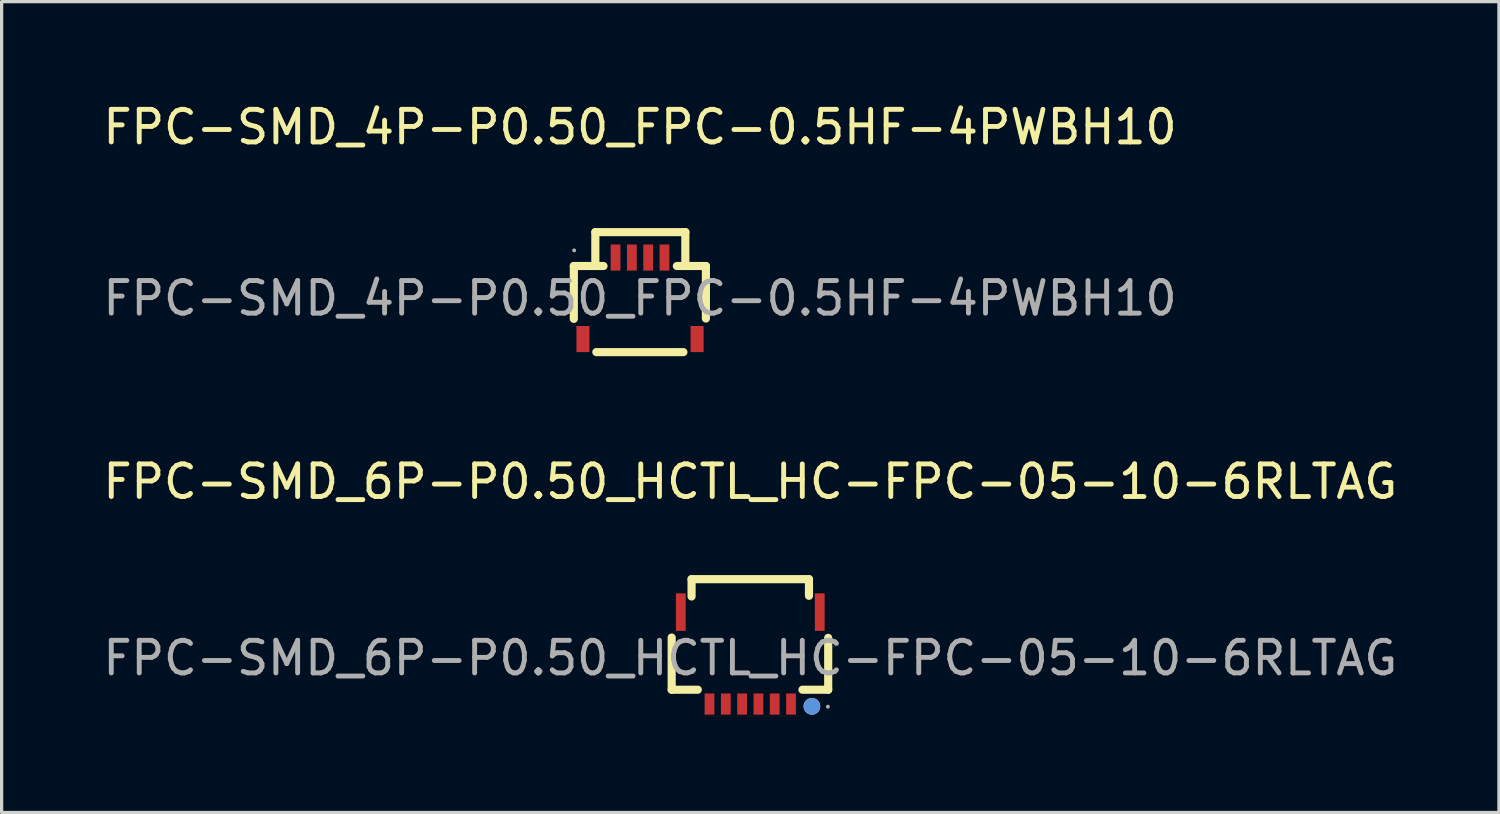
<source format=kicad_pcb>
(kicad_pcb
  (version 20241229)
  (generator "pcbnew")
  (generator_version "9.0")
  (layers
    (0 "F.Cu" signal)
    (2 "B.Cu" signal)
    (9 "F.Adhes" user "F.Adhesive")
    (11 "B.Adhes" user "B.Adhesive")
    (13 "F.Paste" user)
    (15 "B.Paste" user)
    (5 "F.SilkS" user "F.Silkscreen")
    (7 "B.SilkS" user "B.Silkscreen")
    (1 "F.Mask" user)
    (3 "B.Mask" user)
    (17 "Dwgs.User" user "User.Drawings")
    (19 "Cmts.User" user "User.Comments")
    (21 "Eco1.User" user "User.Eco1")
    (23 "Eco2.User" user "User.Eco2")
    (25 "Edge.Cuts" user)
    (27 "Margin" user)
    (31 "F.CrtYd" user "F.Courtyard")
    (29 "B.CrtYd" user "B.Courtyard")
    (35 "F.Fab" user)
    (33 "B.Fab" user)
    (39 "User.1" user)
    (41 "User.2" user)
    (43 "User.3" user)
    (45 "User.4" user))
  (footprint "FPC-SMD_6P-P0.50_HCTL_HC-FPC-05-10-6RLTAG"
    (layer "F.Cu")
    (at 19.958 17.131)
    (property "Reference" "FPC-SMD_6P-P0.50_HCTL_HC-FPC-05-10-6RLTAG" (at 0 -5.41 0) (layer "F.SilkS") (effects (font (size 1 1) (thickness 0.15))))
    (attr smd)
    (fp_line (start -2.41 0.97) (end -2.41 -0.63) (stroke (width 0.25) (type solid)) (layer "F.SilkS"))
    (fp_line (start -1.8 -2.42) (end -1.8 -1.89) (stroke (width 0.25) (type solid)) (layer "F.SilkS"))
    (fp_line (start -1.8 -2.42) (end 1.8 -2.42) (stroke (width 0.25) (type solid)) (layer "F.SilkS"))
    (fp_line (start -1.61 0.97) (end -2.41 0.97) (stroke (width 0.25) (type solid)) (layer "F.SilkS"))
    (fp_line (start 1.8 -2.42) (end 1.8 -1.91) (stroke (width 0.25) (type solid)) (layer "F.SilkS"))
    (fp_line (start 2.39 0.97) (end 1.6 0.97) (stroke (width 0.25) (type solid)) (layer "F.SilkS"))
    (fp_line (start 2.39 0.97) (end 2.39 -0.62) (stroke (width 0.25) (type solid)) (layer "F.SilkS"))
    (fp_circle (center 1.89 1.48) (end 2.02 1.48) (stroke (width 0.25) (type solid)) (fill no) (layer "F.SilkS"))
    (fp_circle (center 1.89 1.48) (end 2.02 1.48) (stroke (width 0.25) (type solid)) (fill no) (layer "Cmts.User"))
    (fp_circle (center 2.38 1.49) (end 2.41 1.49) (stroke (width 0.06) (type solid)) (fill no) (layer "F.Fab"))
    (fp_text user "${REFERENCE}" (at 0 0 0) (layer "F.Fab") (effects (font (size 1 1) (thickness 0.15))))
    (pad "1" smd rect (at 1.25 1.41) (size 0.3 0.65) (layers "F.Cu" "F.Mask" "F.Paste"))
    (pad "2" smd rect (at 0.75 1.41) (size 0.3 0.65) (layers "F.Cu" "F.Mask" "F.Paste"))
    (pad "3" smd rect (at 0.25 1.41) (size 0.3 0.65) (layers "F.Cu" "F.Mask" "F.Paste"))
    (pad "4" smd rect (at -0.25 1.41) (size 0.3 0.65) (layers "F.Cu" "F.Mask" "F.Paste"))
    (pad "5" smd rect (at -0.75 1.41) (size 0.3 0.65) (layers "F.Cu" "F.Mask" "F.Paste"))
    (pad "6" smd rect (at -1.25 1.41) (size 0.3 0.65) (layers "F.Cu" "F.Mask" "F.Paste"))
    (pad "7" smd rect (at -2.13 -1.41) (size 0.3 1.15) (layers "F.Cu" "F.Mask" "F.Paste"))
    (pad "8" smd rect (at 2.13 -1.41) (size 0.3 1.15) (layers "F.Cu" "F.Mask" "F.Paste")))
  (footprint "FPC-SMD_4P-P0.50_FPC-0.5HF-4PWBH10"
    (layer "F.Cu")
    (at 16.577 6.098)
    (property "Reference" "FPC-SMD_4P-P0.50_FPC-0.5HF-4PWBH10" (at 0 -5.25 0) (layer "F.SilkS") (effects (font (size 1 1) (thickness 0.15))))
    (attr smd)
    (fp_line (start -2.03 -0.99) (end -1.12 -0.99) (stroke (width 0.25) (type solid)) (layer "F.SilkS"))
    (fp_line (start -2.03 0.63) (end -2.03 -0.99) (stroke (width 0.25) (type solid)) (layer "F.SilkS"))
    (fp_line (start -1.37 -2.03) (end 1.39 -2.03) (stroke (width 0.25) (type solid)) (layer "F.SilkS"))
    (fp_line (start -1.37 -0.99) (end -1.37 -2.03) (stroke (width 0.25) (type solid)) (layer "F.SilkS"))
    (fp_line (start -1.34 1.65) (end 1.33 1.65) (stroke (width 0.25) (type solid)) (layer "F.SilkS"))
    (fp_line (start 1.39 -2.03) (end 1.39 -0.99) (stroke (width 0.25) (type solid)) (layer "F.SilkS"))
    (fp_line (start 2.02 -0.99) (end 1.13 -0.99) (stroke (width 0.25) (type solid)) (layer "F.SilkS"))
    (fp_line (start 2.02 -0.99) (end 2.02 0.62) (stroke (width 0.25) (type solid)) (layer "F.SilkS"))
    (fp_circle (center -2.02 -1.47) (end -1.99 -1.47) (stroke (width 0.06) (type solid)) (fill no) (layer "F.Fab"))
    (fp_text user "${REFERENCE}" (at 0 0 0) (layer "F.Fab") (effects (font (size 1 1) (thickness 0.15))))
    (pad "1" smd rect (at -0.75 -1.25) (size 0.3 0.8) (layers "F.Cu" "F.Mask" "F.Paste"))
    (pad "2" smd rect (at -0.25 -1.25) (size 0.3 0.8) (layers "F.Cu" "F.Mask" "F.Paste"))
    (pad "3" smd rect (at 0.25 -1.25) (size 0.3 0.8) (layers "F.Cu" "F.Mask" "F.Paste"))
    (pad "4" smd rect (at 0.75 -1.25) (size 0.3 0.8) (layers "F.Cu" "F.Mask" "F.Paste"))
    (pad "5" smd rect (at 1.75 1.25) (size 0.4 0.8) (layers "F.Cu" "F.Mask" "F.Paste"))
    (pad "6" smd rect (at -1.75 1.25) (size 0.4 0.8) (layers "F.Cu" "F.Mask" "F.Paste")))
  (gr_rect
    (start -3 -3)
    (end 42.917 21.866)
    (stroke (width 0.1) (type default))
    (fill no)
    (layer "Edge.Cuts")))
</source>
